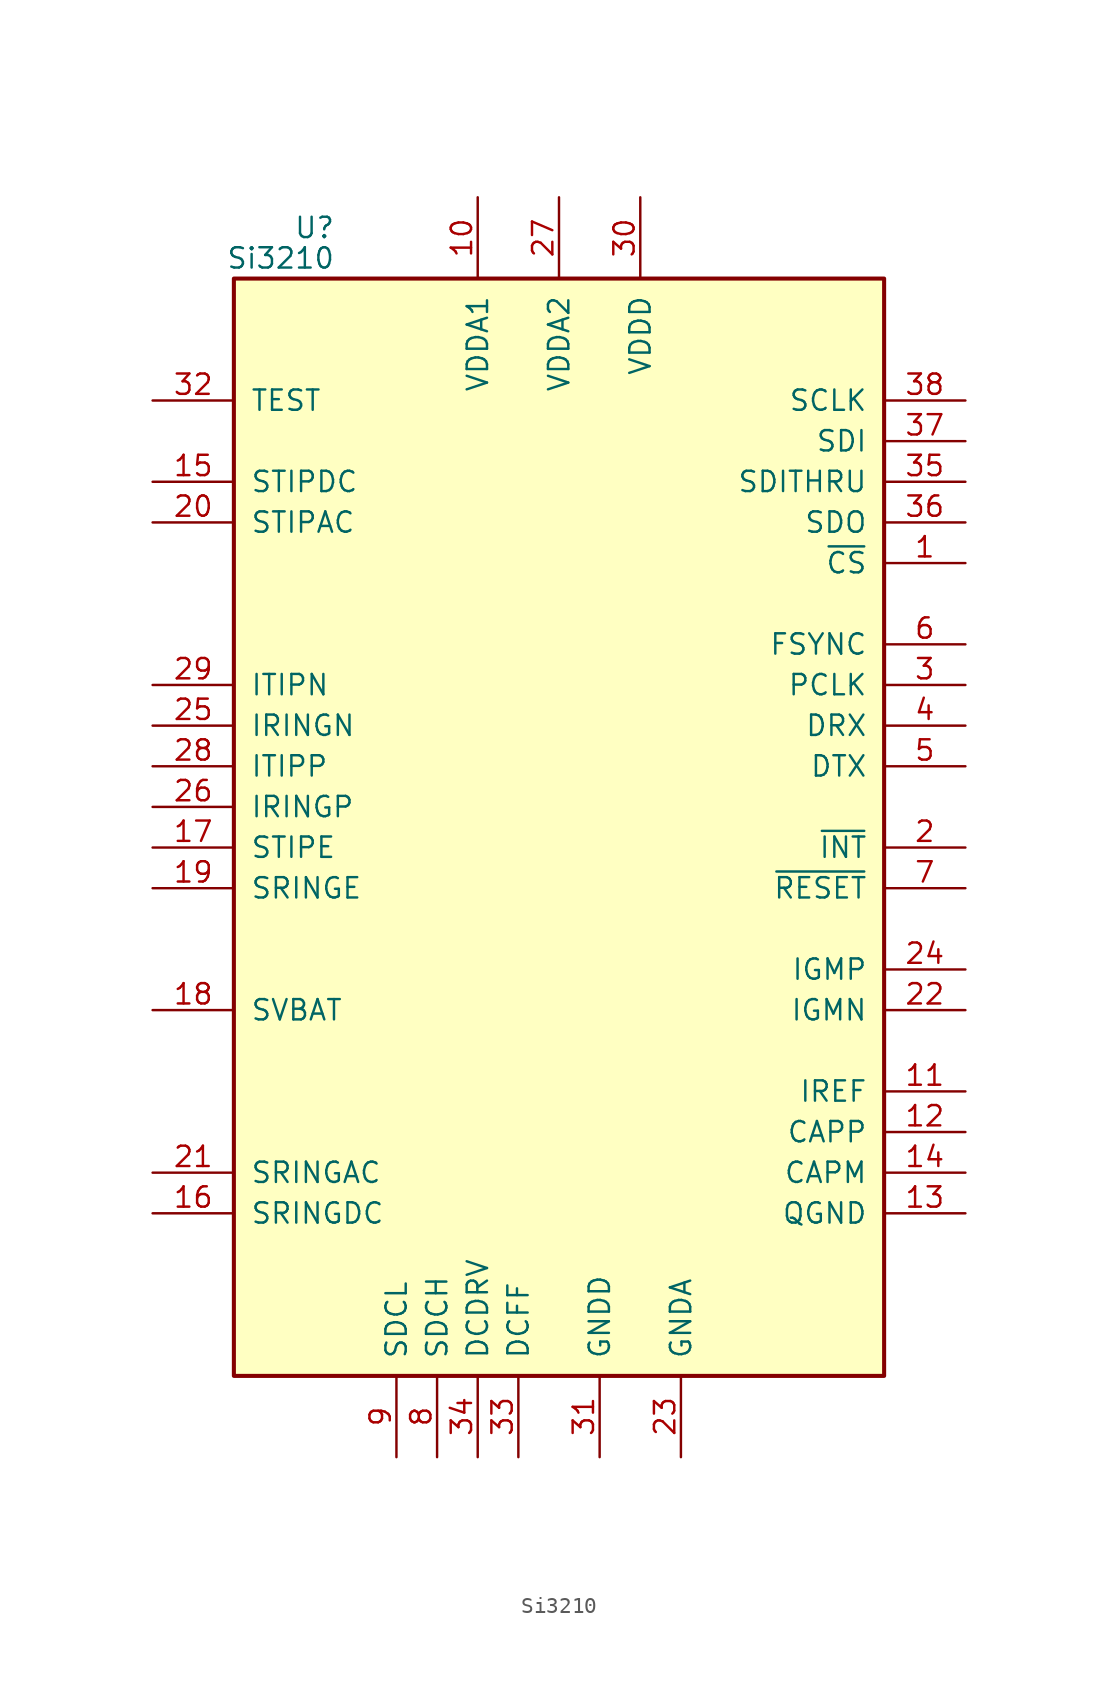
<source format=kicad_sym>
(kicad_symbol_lib
  (version 20201005)
  (generator kicad_symbol_editor)
  (symbol "Si3210"
    (pin_names
      (offset 1.016))
    (property "Reference" "U"
      (at -13.97 36.195 0)
      (effects (font (size 1.27 1.27)) (justify right)))
    (property "Value" "Si3210"
      (at -13.97 34.29 0)
      (effects (font (size 1.27 1.27)) (justify right)))
    (symbol "Si3210_0_1"
      (rectangle (start -20.32 33.02) (end 20.32 -35.56) (stroke (width 0.254)) (fill (type background))))
    (symbol "Si3210_1_1"
      (pin input line (at 25.4 15.24 180) (length 5.08) (name "~CS" (effects (font (size 1.27 1.27)))) (number "1" (effects (font (size 1.27 1.27)))))
      (pin power_in line (at -5.08 38.1 270) (length 5.08) (name "VDDA1" (effects (font (size 1.27 1.27)))) (number "10" (effects (font (size 1.27 1.27)))))
      (pin output line (at 25.4 -17.78 180) (length 5.08) (name "IREF" (effects (font (size 1.27 1.27)))) (number "11" (effects (font (size 1.27 1.27)))))
      (pin output line (at 25.4 -20.32 180) (length 5.08) (name "CAPP" (effects (font (size 1.27 1.27)))) (number "12" (effects (font (size 1.27 1.27)))))
      (pin power_in line (at 25.4 -25.4 180) (length 5.08) (name "QGND" (effects (font (size 1.27 1.27)))) (number "13" (effects (font (size 1.27 1.27)))))
      (pin output line (at 25.4 -22.86 180) (length 5.08) (name "CAPM" (effects (font (size 1.27 1.27)))) (number "14" (effects (font (size 1.27 1.27)))))
      (pin input line (at -25.4 20.32 0) (length 5.08) (name "STIPDC" (effects (font (size 1.27 1.27)))) (number "15" (effects (font (size 1.27 1.27)))))
      (pin input line (at -25.4 -25.4 0) (length 5.08) (name "SRINGDC" (effects (font (size 1.27 1.27)))) (number "16" (effects (font (size 1.27 1.27)))))
      (pin input line (at -25.4 -2.54 0) (length 5.08) (name "STIPE" (effects (font (size 1.27 1.27)))) (number "17" (effects (font (size 1.27 1.27)))))
      (pin input line (at -25.4 -12.7 0) (length 5.08) (name "SVBAT" (effects (font (size 1.27 1.27)))) (number "18" (effects (font (size 1.27 1.27)))))
      (pin input line (at -25.4 -5.08 0) (length 5.08) (name "SRINGE" (effects (font (size 1.27 1.27)))) (number "19" (effects (font (size 1.27 1.27)))))
      (pin output line (at 25.4 -2.54 180) (length 5.08) (name "~INT" (effects (font (size 1.27 1.27)))) (number "2" (effects (font (size 1.27 1.27)))))
      (pin input line (at -25.4 17.78 0) (length 5.08) (name "STIPAC" (effects (font (size 1.27 1.27)))) (number "20" (effects (font (size 1.27 1.27)))))
      (pin input line (at -25.4 -22.86 0) (length 5.08) (name "SRINGAC" (effects (font (size 1.27 1.27)))) (number "21" (effects (font (size 1.27 1.27)))))
      (pin output line (at 25.4 -12.7 180) (length 5.08) (name "IGMN" (effects (font (size 1.27 1.27)))) (number "22" (effects (font (size 1.27 1.27)))))
      (pin power_in line (at 7.62 -40.64 90) (length 5.08) (name "GNDA" (effects (font (size 1.27 1.27)))) (number "23" (effects (font (size 1.27 1.27)))))
      (pin output line (at 25.4 -10.16 180) (length 5.08) (name "IGMP" (effects (font (size 1.27 1.27)))) (number "24" (effects (font (size 1.27 1.27)))))
      (pin input line (at -25.4 5.08 0) (length 5.08) (name "IRINGN" (effects (font (size 1.27 1.27)))) (number "25" (effects (font (size 1.27 1.27)))))
      (pin input line (at -25.4 0 0) (length 5.08) (name "IRINGP" (effects (font (size 1.27 1.27)))) (number "26" (effects (font (size 1.27 1.27)))))
      (pin power_in line (at 0 38.1 270) (length 5.08) (name "VDDA2" (effects (font (size 1.27 1.27)))) (number "27" (effects (font (size 1.27 1.27)))))
      (pin input line (at -25.4 2.54 0) (length 5.08) (name "ITIPP" (effects (font (size 1.27 1.27)))) (number "28" (effects (font (size 1.27 1.27)))))
      (pin input line (at -25.4 7.62 0) (length 5.08) (name "ITIPN" (effects (font (size 1.27 1.27)))) (number "29" (effects (font (size 1.27 1.27)))))
      (pin input line (at 25.4 7.62 180) (length 5.08) (name "PCLK" (effects (font (size 1.27 1.27)))) (number "3" (effects (font (size 1.27 1.27)))))
      (pin power_in line (at 5.08 38.1 270) (length 5.08) (name "VDDD" (effects (font (size 1.27 1.27)))) (number "30" (effects (font (size 1.27 1.27)))))
      (pin power_in line (at 2.54 -40.64 90) (length 5.08) (name "GNDD" (effects (font (size 1.27 1.27)))) (number "31" (effects (font (size 1.27 1.27)))))
      (pin input line (at -25.4 25.4 0) (length 5.08) (name "TEST" (effects (font (size 1.27 1.27)))) (number "32" (effects (font (size 1.27 1.27)))))
      (pin output line (at -2.54 -40.64 90) (length 5.08) (name "DCFF" (effects (font (size 1.27 1.27)))) (number "33" (effects (font (size 1.27 1.27)))))
      (pin output line (at -5.08 -40.64 90) (length 5.08) (name "DCDRV" (effects (font (size 1.27 1.27)))) (number "34" (effects (font (size 1.27 1.27)))))
      (pin output line (at 25.4 20.32 180) (length 5.08) (name "SDITHRU" (effects (font (size 1.27 1.27)))) (number "35" (effects (font (size 1.27 1.27)))))
      (pin output line (at 25.4 17.78 180) (length 5.08) (name "SDO" (effects (font (size 1.27 1.27)))) (number "36" (effects (font (size 1.27 1.27)))))
      (pin input line (at 25.4 22.86 180) (length 5.08) (name "SDI" (effects (font (size 1.27 1.27)))) (number "37" (effects (font (size 1.27 1.27)))))
      (pin input line (at 25.4 25.4 180) (length 5.08) (name "SCLK" (effects (font (size 1.27 1.27)))) (number "38" (effects (font (size 1.27 1.27)))))
      (pin input line (at 25.4 5.08 180) (length 5.08) (name "DRX" (effects (font (size 1.27 1.27)))) (number "4" (effects (font (size 1.27 1.27)))))
      (pin output line (at 25.4 2.54 180) (length 5.08) (name "DTX" (effects (font (size 1.27 1.27)))) (number "5" (effects (font (size 1.27 1.27)))))
      (pin input line (at 25.4 10.16 180) (length 5.08) (name "FSYNC" (effects (font (size 1.27 1.27)))) (number "6" (effects (font (size 1.27 1.27)))))
      (pin input line (at 25.4 -5.08 180) (length 5.08) (name "~RESET" (effects (font (size 1.27 1.27)))) (number "7" (effects (font (size 1.27 1.27)))))
      (pin output line (at -7.62 -40.64 90) (length 5.08) (name "SDCH" (effects (font (size 1.27 1.27)))) (number "8" (effects (font (size 1.27 1.27)))))
      (pin output line (at -10.16 -40.64 90) (length 5.08) (name "SDCL" (effects (font (size 1.27 1.27)))) (number "9" (effects (font (size 1.27 1.27))))))))
</source>
